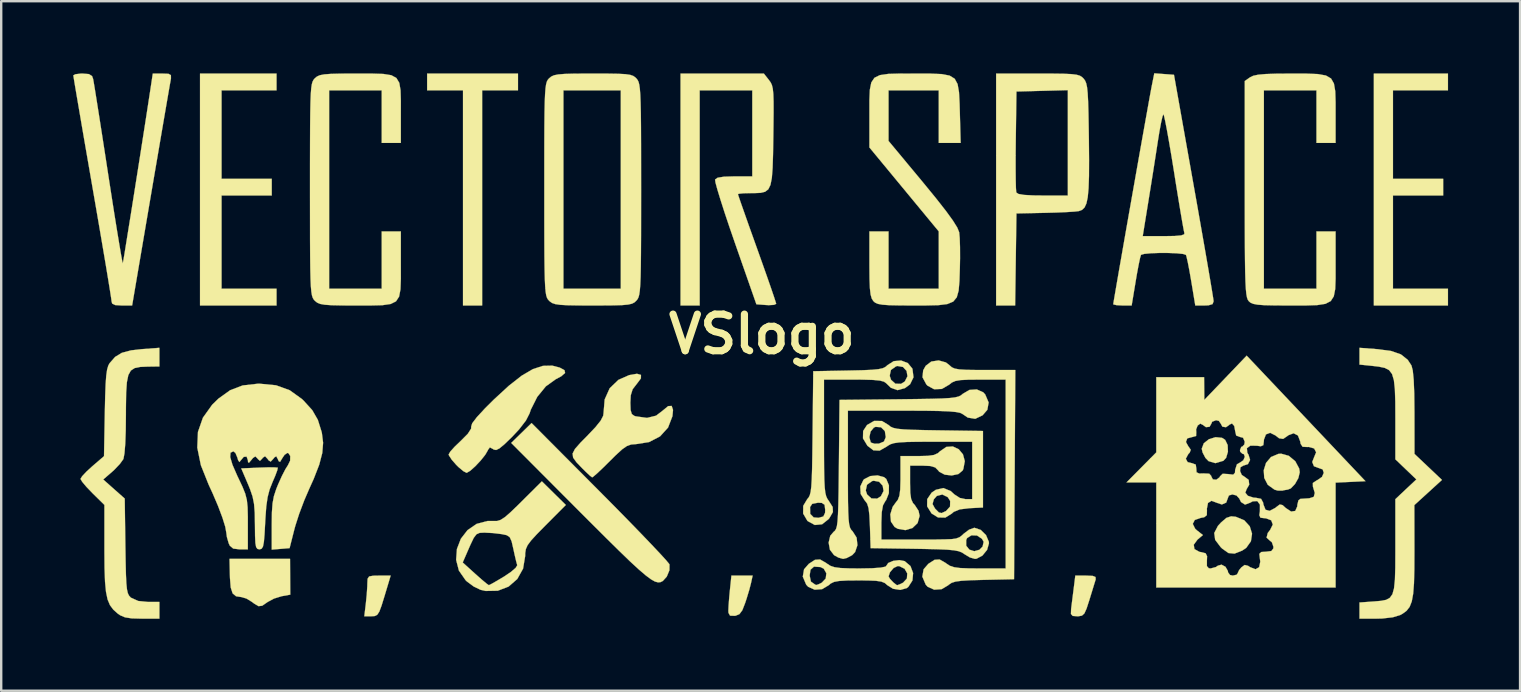
<source format=kicad_pcb>
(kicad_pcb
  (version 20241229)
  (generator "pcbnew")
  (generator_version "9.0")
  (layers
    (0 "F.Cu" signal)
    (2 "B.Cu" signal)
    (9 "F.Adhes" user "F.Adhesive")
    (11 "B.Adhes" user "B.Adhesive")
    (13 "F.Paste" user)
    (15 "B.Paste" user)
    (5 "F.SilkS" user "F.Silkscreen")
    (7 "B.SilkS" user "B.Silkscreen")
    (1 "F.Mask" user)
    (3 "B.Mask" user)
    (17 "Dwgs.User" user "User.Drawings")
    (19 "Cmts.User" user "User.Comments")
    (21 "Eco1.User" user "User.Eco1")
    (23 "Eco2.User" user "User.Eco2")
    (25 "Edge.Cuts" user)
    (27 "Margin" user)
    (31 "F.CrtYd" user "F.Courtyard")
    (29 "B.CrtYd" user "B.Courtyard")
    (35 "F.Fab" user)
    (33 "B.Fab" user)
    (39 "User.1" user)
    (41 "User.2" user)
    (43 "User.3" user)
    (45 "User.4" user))
  (footprint "VSlogo"
    (layer "F.Cu")
    (at 28.692 10.873)
    (property "Reference" "VSlogo" (at 0 0 0) (layer "F.SilkS") (effects (font (size 1.524 1.524) (thickness 0.3))))
    (attr through_hole)
    (fp_poly (pts (xy -10.16 -10.16) (xy -11.654 -10.16) (xy -11.654 -1.195) (xy -12.451 -1.195) (xy -12.451 -10.16) (xy -13.945 -10.16) (xy -13.945 -10.857) (xy -10.16 -10.857) (xy -10.16 -10.16)) (stroke (width 0.01) (type solid)) (fill yes) (layer "F.SilkS"))
    (fp_poly (pts (xy -20.22 -10.16) (xy -22.511 -10.16) (xy -22.511 -6.475) (xy -20.42 -6.475) (xy -20.42 -5.777) (xy -22.511 -5.777) (xy -22.511 -1.893) (xy -20.22 -1.893) (xy -20.22 -1.195) (xy -23.408 -1.195) (xy -23.408 -10.857) (xy -20.22 -10.857) (xy -20.22 -10.16)) (stroke (width 0.01) (type solid)) (fill yes) (layer "F.SilkS"))
    (fp_poly (pts (xy 28.587 -10.16) (xy 26.296 -10.16) (xy 26.296 -6.475) (xy 28.388 -6.475) (xy 28.388 -5.777) (xy 26.296 -5.777) (xy 26.296 -1.893) (xy 28.587 -1.893) (xy 28.587 -1.195) (xy 25.5 -1.195) (xy 25.5 -10.857) (xy 28.587 -10.857) (xy 28.587 -10.16)) (stroke (width 0.01) (type solid)) (fill yes) (layer "F.SilkS"))
    (fp_poly (pts (xy 19.173 4.319) (xy 19.304 4.403) (xy 19.409 4.619) (xy 19.42 4.899) (xy 19.345 5.153) (xy 19.231 5.276) (xy 18.895 5.374) (xy 18.613 5.29) (xy 18.483 5.157) (xy 18.365 4.932) (xy 18.328 4.774) (xy 18.415 4.545) (xy 18.63 4.376) (xy 18.905 4.292) (xy 19.173 4.319)) (stroke (width 0.01) (type solid)) (fill yes) (layer "F.SilkS"))
    (fp_poly (pts (xy -15.719 10.907) (xy -15.844 11.311) (xy -15.938 11.561) (xy -16.025 11.693) (xy -16.13 11.745) (xy -16.268 11.754) (xy -16.563 11.754) (xy -16.5 11.231) (xy -16.462 10.857) (xy -16.439 10.509) (xy -16.436 10.384) (xy -16.426 10.191) (xy -16.362 10.095) (xy -16.192 10.064) (xy -15.95 10.06) (xy -15.465 10.06) (xy -15.719 10.907)) (stroke (width 0.01) (type solid)) (fill yes) (layer "F.SilkS"))
    (fp_poly (pts (xy -0.452 10.375) (xy -0.525 10.657) (xy -0.634 11.017) (xy -0.693 11.196) (xy -0.813 11.504) (xy -0.933 11.665) (xy -1.091 11.73) (xy -1.129 11.735) (xy -1.324 11.729) (xy -1.39 11.612) (xy -1.395 11.526) (xy -1.384 11.297) (xy -1.358 10.956) (xy -1.331 10.673) (xy -1.267 10.06) (xy -0.383 10.06) (xy -0.452 10.375)) (stroke (width 0.01) (type solid)) (fill yes) (layer "F.SilkS"))
    (fp_poly (pts (xy 19.751 7.609) (xy 20.102 7.756) (xy 20.33 8.007) (xy 20.425 8.314) (xy 20.378 8.629) (xy 20.182 8.905) (xy 20.014 9.018) (xy 19.694 9.143) (xy 19.441 9.119) (xy 19.181 8.935) (xy 19.117 8.873) (xy 18.888 8.569) (xy 18.85 8.284) (xy 19.003 7.989) (xy 19.129 7.85) (xy 19.356 7.655) (xy 19.553 7.59) (xy 19.751 7.609)) (stroke (width 0.01) (type solid)) (fill yes) (layer "F.SilkS"))
    (fp_poly (pts (xy -19.653 10.108) (xy -19.648 10.853) (xy -20.009 10.919) (xy -20.326 11.017) (xy -20.598 11.163) (xy -20.607 11.171) (xy -20.816 11.315) (xy -20.97 11.333) (xy -21.155 11.224) (xy -21.244 11.156) (xy -21.478 11.014) (xy -21.68 10.955) (xy -21.907 10.921) (xy -22.05 10.8) (xy -22.129 10.556) (xy -22.161 10.155) (xy -22.163 10.069) (xy -22.179 9.363) (xy -19.657 9.363) (xy -19.653 10.108)) (stroke (width 0.01) (type solid)) (fill yes) (layer "F.SilkS"))
    (fp_poly (pts (xy 21.956 5.069) (xy 22.228 5.296) (xy 22.39 5.6) (xy 22.412 5.754) (xy 22.354 5.997) (xy 22.214 6.245) (xy 22.04 6.426) (xy 21.918 6.475) (xy 21.749 6.503) (xy 21.698 6.518) (xy 21.503 6.519) (xy 21.362 6.479) (xy 21.08 6.277) (xy 20.933 5.991) (xy 20.912 5.67) (xy 21.008 5.363) (xy 21.213 5.12) (xy 21.516 4.99) (xy 21.637 4.98) (xy 21.956 5.069)) (stroke (width 0.01) (type solid)) (fill yes) (layer "F.SilkS"))
    (fp_poly (pts (xy 13.784 10.072) (xy 13.903 10.118) (xy 13.91 10.218) (xy 13.905 10.235) (xy 13.849 10.415) (xy 13.756 10.72) (xy 13.645 11.081) (xy 13.531 11.433) (xy 13.44 11.635) (xy 13.339 11.727) (xy 13.199 11.753) (xy 13.143 11.754) (xy 12.952 11.74) (xy 12.879 11.659) (xy 12.886 11.454) (xy 12.895 11.38) (xy 12.938 11.038) (xy 12.988 10.644) (xy 13.002 10.534) (xy 13.061 10.06) (xy 13.51 10.06) (xy 13.784 10.072)) (stroke (width 0.01) (type solid)) (fill yes) (layer "F.SilkS"))
    (fp_poly (pts (xy -6.752 6.558) (xy -6.131 7.184) (xy -5.554 7.772) (xy -5.036 8.306) (xy -4.593 8.768) (xy -4.239 9.144) (xy -3.99 9.417) (xy -3.862 9.571) (xy -3.848 9.594) (xy -3.85 9.836) (xy -3.961 10.103) (xy -4.124 10.283) (xy -4.218 10.331) (xy -4.323 10.342) (xy -4.453 10.307) (xy -4.621 10.212) (xy -4.841 10.048) (xy -5.127 9.803) (xy -5.493 9.466) (xy -5.95 9.024) (xy -6.514 8.468) (xy -7.198 7.786) (xy -7.538 7.446) (xy -10.443 4.532) (xy -9.594 3.703) (xy -6.752 6.558)) (stroke (width 0.01) (type solid)) (fill yes) (layer "F.SilkS"))
    (fp_poly (pts (xy -20.309 5.55) (xy -20.173 5.561) (xy -20.168 5.564) (xy -20.187 5.665) (xy -20.272 5.895) (xy -20.386 6.161) (xy -20.509 6.471) (xy -20.592 6.791) (xy -20.648 7.18) (xy -20.685 7.696) (xy -20.693 7.844) (xy -20.719 8.332) (xy -20.747 8.655) (xy -20.784 8.846) (xy -20.838 8.937) (xy -20.914 8.964) (xy -20.932 8.965) (xy -21.015 8.948) (xy -21.07 8.873) (xy -21.101 8.706) (xy -21.115 8.411) (xy -21.12 7.953) (xy -21.12 7.944) (xy -21.128 7.443) (xy -21.157 7.074) (xy -21.218 6.768) (xy -21.323 6.46) (xy -21.406 6.258) (xy -21.69 5.593) (xy -20.946 5.561) (xy -20.584 5.549) (xy -20.309 5.55)) (stroke (width 0.01) (type solid)) (fill yes) (layer "F.SilkS"))
    (fp_poly (pts (xy 8.201 4.792) (xy 8.38 5.007) (xy 8.457 5.291) (xy 8.397 5.614) (xy 8.364 5.684) (xy 8.186 5.83) (xy 7.911 5.887) (xy 7.62 5.854) (xy 7.392 5.733) (xy 7.348 5.678) (xy 7.225 5.554) (xy 7.019 5.493) (xy 6.7 5.478) (xy 6.176 5.478) (xy 6.176 6.21) (xy 6.185 6.613) (xy 6.222 6.871) (xy 6.297 7.036) (xy 6.375 7.122) (xy 6.529 7.359) (xy 6.574 7.57) (xy 6.49 7.871) (xy 6.274 8.078) (xy 5.981 8.165) (xy 5.665 8.11) (xy 5.531 8.033) (xy 5.38 7.811) (xy 5.353 7.509) (xy 5.449 7.198) (xy 5.561 7.04) (xy 5.669 6.9) (xy 5.733 6.728) (xy 5.766 6.471) (xy 5.777 6.081) (xy 5.777 5.945) (xy 5.777 5.08) (xy 6.509 5.08) (xy 6.912 5.07) (xy 7.17 5.034) (xy 7.335 4.959) (xy 7.421 4.881) (xy 7.685 4.698) (xy 7.957 4.679) (xy 8.201 4.792)) (stroke (width 0.01) (type solid)) (fill yes) (layer "F.SilkS"))
    (fp_poly (pts (xy -8.423 1.392) (xy -8.222 1.5) (xy -8.197 1.615) (xy -8.355 1.754) (xy -8.592 1.881) (xy -8.999 2.174) (xy -9.357 2.612) (xy -9.624 3.143) (xy -9.678 3.303) (xy -9.829 3.598) (xy -10.115 3.969) (xy -10.417 4.291) (xy -10.726 4.589) (xy -10.934 4.761) (xy -11.071 4.827) (xy -11.17 4.808) (xy -11.199 4.787) (xy -11.331 4.717) (xy -11.41 4.822) (xy -11.418 4.845) (xy -11.526 5.029) (xy -11.716 5.267) (xy -11.94 5.505) (xy -12.149 5.692) (xy -12.293 5.776) (xy -12.302 5.777) (xy -12.432 5.711) (xy -12.634 5.543) (xy -12.73 5.449) (xy -12.922 5.229) (xy -13.035 5.055) (xy -13.049 5.01) (xy -12.979 4.891) (xy -12.798 4.689) (xy -12.55 4.451) (xy -12.249 4.149) (xy -12.112 3.933) (xy -12.11 3.851) (xy -12.068 3.714) (xy -11.876 3.461) (xy -11.534 3.091) (xy -11.162 2.721) (xy -10.537 2.146) (xy -10.002 1.727) (xy -9.536 1.455) (xy -9.119 1.32) (xy -8.73 1.312) (xy -8.423 1.392)) (stroke (width 0.01) (type solid)) (fill yes) (layer "F.SilkS"))
    (fp_poly (pts (xy -5.036 1.698) (xy -5.038 1.843) (xy -5.21 2.072) (xy -5.382 2.294) (xy -5.461 2.545) (xy -5.478 2.858) (xy -5.467 3.164) (xy -5.417 3.329) (xy -5.308 3.407) (xy -5.254 3.423) (xy -4.783 3.489) (xy -4.406 3.396) (xy -4.133 3.187) (xy -3.903 2.998) (xy -3.756 2.99) (xy -3.7 3.157) (xy -3.725 3.419) (xy -3.908 3.893) (xy -4.242 4.259) (xy -4.698 4.496) (xy -5.246 4.582) (xy -5.254 4.582) (xy -5.446 4.597) (xy -5.62 4.659) (xy -5.817 4.796) (xy -6.079 5.035) (xy -6.325 5.279) (xy -6.623 5.574) (xy -6.868 5.805) (xy -7.028 5.942) (xy -7.069 5.967) (xy -7.163 5.896) (xy -7.346 5.725) (xy -7.479 5.593) (xy -7.725 5.336) (xy -7.863 5.144) (xy -7.885 4.974) (xy -7.786 4.782) (xy -7.56 4.525) (xy -7.286 4.248) (xy -6.933 3.876) (xy -6.714 3.603) (xy -6.61 3.401) (xy -6.595 3.287) (xy -6.548 2.719) (xy -6.338 2.252) (xy -5.976 1.904) (xy -5.53 1.707) (xy -5.203 1.65) (xy -5.036 1.698)) (stroke (width 0.01) (type solid)) (fill yes) (layer "F.SilkS"))
    (fp_poly (pts (xy 12.117 -10.856) (xy 12.577 -10.85) (xy 12.899 -10.835) (xy 13.114 -10.809) (xy 13.253 -10.768) (xy 13.346 -10.708) (xy 13.407 -10.648) (xy 13.467 -10.567) (xy 13.514 -10.456) (xy 13.55 -10.292) (xy 13.576 -10.046) (xy 13.595 -9.695) (xy 13.609 -9.211) (xy 13.62 -8.57) (xy 13.627 -8.091) (xy 13.634 -7.251) (xy 13.631 -6.587) (xy 13.613 -6.08) (xy 13.579 -5.707) (xy 13.524 -5.447) (xy 13.446 -5.278) (xy 13.343 -5.179) (xy 13.21 -5.128) (xy 13.03 -5.107) (xy 12.699 -5.086) (xy 12.265 -5.067) (xy 11.804 -5.055) (xy 10.608 -5.03) (xy 10.554 -1.195) (xy 9.762 -1.195) (xy 9.762 -6.889) (xy 10.575 -6.889) (xy 10.579 -6.427) (xy 10.587 -6.092) (xy 10.6 -5.918) (xy 10.603 -5.904) (xy 10.694 -5.842) (xy 10.923 -5.802) (xy 11.313 -5.781) (xy 11.701 -5.777) (xy 12.75 -5.777) (xy 12.75 -10.167) (xy 10.608 -10.11) (xy 10.581 -8.071) (xy 10.575 -7.448) (xy 10.575 -6.889) (xy 9.762 -6.889) (xy 9.762 -10.857) (xy 11.489 -10.857) (xy 12.117 -10.856)) (stroke (width 0.01) (type solid)) (fill yes) (layer "F.SilkS"))
    (fp_poly (pts (xy 22.688 -10.856) (xy 23.168 -10.837) (xy 23.502 -10.777) (xy 23.716 -10.653) (xy 23.837 -10.442) (xy 23.892 -10.119) (xy 23.906 -9.662) (xy 23.906 -9.214) (xy 23.906 -7.969) (xy 23.109 -7.969) (xy 23.109 -10.16) (xy 20.918 -10.16) (xy 20.918 -1.893) (xy 23.109 -1.893) (xy 23.109 -4.283) (xy 23.906 -4.283) (xy 23.906 -2.894) (xy 23.906 -2.312) (xy 23.89 -1.88) (xy 23.831 -1.576) (xy 23.704 -1.379) (xy 23.483 -1.264) (xy 23.141 -1.211) (xy 22.654 -1.195) (xy 21.994 -1.195) (xy 21.957 -1.195) (xy 21.369 -1.198) (xy 20.947 -1.207) (xy 20.66 -1.228) (xy 20.474 -1.263) (xy 20.356 -1.315) (xy 20.286 -1.377) (xy 20.246 -1.436) (xy 20.214 -1.53) (xy 20.187 -1.676) (xy 20.166 -1.891) (xy 20.15 -2.194) (xy 20.138 -2.602) (xy 20.13 -3.132) (xy 20.125 -3.802) (xy 20.122 -4.63) (xy 20.121 -5.633) (xy 20.121 -6.053) (xy 20.121 -10.547) (xy 20.342 -10.702) (xy 20.474 -10.766) (xy 20.678 -10.81) (xy 20.987 -10.838) (xy 21.432 -10.853) (xy 22.035 -10.857) (xy 22.688 -10.856)) (stroke (width 0.01) (type solid)) (fill yes) (layer "F.SilkS"))
    (fp_poly (pts (xy 7.669 1.178) (xy 7.819 1.295) (xy 7.912 1.378) (xy 8.038 1.434) (xy 8.234 1.469) (xy 8.536 1.487) (xy 8.982 1.493) (xy 9.28 1.494) (xy 10.561 1.494) (xy 10.535 5.852) (xy 10.509 10.21) (xy 9.236 10.238) (xy 8.697 10.253) (xy 8.321 10.275) (xy 8.07 10.309) (xy 7.906 10.361) (xy 7.794 10.436) (xy 7.766 10.462) (xy 7.489 10.626) (xy 7.18 10.646) (xy 6.91 10.525) (xy 6.829 10.437) (xy 6.687 10.103) (xy 6.74 9.797) (xy 6.936 9.57) (xy 7.196 9.402) (xy 7.407 9.388) (xy 7.65 9.526) (xy 7.697 9.562) (xy 7.836 9.652) (xy 8.01 9.71) (xy 8.261 9.744) (xy 8.634 9.759) (xy 9.055 9.762) (xy 10.16 9.762) (xy 10.16 1.893) (xy 9.096 1.893) (xy 8.611 1.897) (xy 8.283 1.913) (xy 8.066 1.95) (xy 7.919 2.014) (xy 7.806 2.104) (xy 7.501 2.282) (xy 7.179 2.295) (xy 6.901 2.144) (xy 6.854 2.093) (xy 6.694 1.796) (xy 6.723 1.505) (xy 6.829 1.317) (xy 7.06 1.141) (xy 7.366 1.094) (xy 7.669 1.178)) (stroke (width 0.01) (type solid)) (fill yes) (layer "F.SilkS"))
    (fp_poly (pts (xy 25.667 0.627) (xy 26.225 0.702) (xy 26.626 0.842) (xy 26.908 1.065) (xy 27.067 1.305) (xy 27.121 1.513) (xy 27.16 1.901) (xy 27.183 2.474) (xy 27.191 3.24) (xy 27.191 3.266) (xy 27.193 4.989) (xy 27.766 5.531) (xy 28.338 6.073) (xy 27.187 7.122) (xy 27.19 9.044) (xy 27.187 9.799) (xy 27.172 10.381) (xy 27.138 10.817) (xy 27.08 11.135) (xy 26.991 11.362) (xy 26.866 11.523) (xy 26.699 11.647) (xy 26.599 11.702) (xy 26.292 11.796) (xy 25.849 11.847) (xy 25.604 11.853) (xy 24.902 11.853) (xy 24.902 11.18) (xy 25.513 11.136) (xy 25.796 11.112) (xy 26.011 11.07) (xy 26.167 10.985) (xy 26.274 10.833) (xy 26.341 10.589) (xy 26.378 10.227) (xy 26.393 9.724) (xy 26.396 9.055) (xy 26.396 8.797) (xy 26.396 6.875) (xy 26.833 6.463) (xy 27.271 6.052) (xy 26.833 5.633) (xy 26.396 5.214) (xy 26.396 3.514) (xy 26.393 2.818) (xy 26.376 2.294) (xy 26.335 1.918) (xy 26.258 1.661) (xy 26.135 1.499) (xy 25.953 1.405) (xy 25.703 1.353) (xy 25.475 1.326) (xy 24.902 1.267) (xy 24.902 0.569) (xy 25.667 0.627)) (stroke (width 0.01) (type solid)) (fill yes) (layer "F.SilkS"))
    (fp_poly (pts (xy 0.297 -10.588) (xy 0.368 -10.489) (xy 0.42 -10.379) (xy 0.456 -10.228) (xy 0.479 -10.009) (xy 0.489 -9.692) (xy 0.49 -9.249) (xy 0.484 -8.652) (xy 0.479 -8.239) (xy 0.467 -7.494) (xy 0.449 -6.926) (xy 0.417 -6.509) (xy 0.36 -6.22) (xy 0.27 -6.036) (xy 0.136 -5.933) (xy -0.051 -5.888) (xy -0.3 -5.877) (xy -0.467 -5.877) (xy -0.761 -5.87) (xy -0.953 -5.851) (xy -0.996 -5.834) (xy -0.964 -5.732) (xy -0.874 -5.469) (xy -0.734 -5.072) (xy -0.556 -4.566) (xy -0.346 -3.979) (xy -0.199 -3.568) (xy 0.025 -2.939) (xy 0.225 -2.373) (xy 0.391 -1.895) (xy 0.514 -1.534) (xy 0.584 -1.316) (xy 0.598 -1.264) (xy 0.509 -1.221) (xy 0.288 -1.209) (xy 0.185 -1.214) (xy -0.227 -1.245) (xy -1.113 -3.778) (xy -1.346 -4.454) (xy -1.553 -5.071) (xy -1.724 -5.605) (xy -1.853 -6.028) (xy -1.931 -6.316) (xy -1.949 -6.443) (xy -1.949 -6.443) (xy -1.843 -6.518) (xy -1.58 -6.561) (xy -1.149 -6.574) (xy -0.398 -6.574) (xy -0.398 -10.16) (xy -2.59 -10.16) (xy -2.59 -1.195) (xy -3.387 -1.195) (xy -3.387 -10.857) (xy 0.085 -10.857) (xy 0.297 -10.588)) (stroke (width 0.01) (type solid)) (fill yes) (layer "F.SilkS"))
    (fp_poly (pts (xy 6.382 -10.857) (xy 7.025 -10.856) (xy 7.497 -10.836) (xy 7.824 -10.773) (xy 8.035 -10.643) (xy 8.156 -10.421) (xy 8.215 -10.083) (xy 8.24 -9.605) (xy 8.251 -9.204) (xy 8.284 -7.969) (xy 7.371 -7.969) (xy 7.371 -10.16) (xy 5.279 -10.16) (xy 5.279 -8.052) (xy 6.719 -6.319) (xy 7.258 -5.66) (xy 7.67 -5.135) (xy 7.962 -4.733) (xy 8.143 -4.442) (xy 8.221 -4.251) (xy 8.222 -4.248) (xy 8.244 -4.011) (xy 8.257 -3.631) (xy 8.259 -3.165) (xy 8.251 -2.761) (xy 8.234 -2.216) (xy 8.2 -1.815) (xy 8.122 -1.535) (xy 7.973 -1.356) (xy 7.727 -1.254) (xy 7.356 -1.208) (xy 6.834 -1.196) (xy 6.325 -1.195) (xy 5.736 -1.198) (xy 5.313 -1.207) (xy 5.024 -1.228) (xy 4.837 -1.262) (xy 4.719 -1.314) (xy 4.647 -1.377) (xy 4.579 -1.485) (xy 4.532 -1.653) (xy 4.502 -1.916) (xy 4.487 -2.306) (xy 4.482 -2.859) (xy 4.482 -2.921) (xy 4.482 -4.283) (xy 5.279 -4.283) (xy 5.279 -1.893) (xy 7.371 -1.893) (xy 7.371 -4.283) (xy 4.482 -7.78) (xy 4.482 -9.164) (xy 4.482 -9.751) (xy 4.5 -10.184) (xy 4.561 -10.487) (xy 4.692 -10.682) (xy 4.919 -10.793) (xy 5.268 -10.844) (xy 5.766 -10.858) (xy 6.382 -10.857)) (stroke (width 0.01) (type solid)) (fill yes) (layer "F.SilkS"))
    (fp_poly (pts (xy 9.226 2.423) (xy 9.308 2.512) (xy 9.45 2.846) (xy 9.396 3.152) (xy 9.198 3.381) (xy 8.891 3.527) (xy 8.581 3.476) (xy 8.359 3.325) (xy 8.266 3.279) (xy 8.09 3.244) (xy 7.809 3.218) (xy 7.401 3.201) (xy 6.844 3.191) (xy 6.116 3.188) (xy 5.894 3.187) (xy 3.586 3.187) (xy 3.586 5.612) (xy 3.587 6.371) (xy 3.59 6.956) (xy 3.599 7.392) (xy 3.614 7.704) (xy 3.638 7.917) (xy 3.672 8.056) (xy 3.719 8.146) (xy 3.78 8.213) (xy 3.785 8.218) (xy 3.95 8.479) (xy 3.983 8.792) (xy 3.886 9.079) (xy 3.763 9.208) (xy 3.54 9.326) (xy 3.387 9.363) (xy 3.191 9.309) (xy 3.01 9.208) (xy 2.837 8.983) (xy 2.783 8.687) (xy 2.85 8.402) (xy 2.987 8.24) (xy 3.046 8.189) (xy 3.092 8.114) (xy 3.128 7.992) (xy 3.154 7.798) (xy 3.173 7.51) (xy 3.187 7.105) (xy 3.198 6.559) (xy 3.206 5.848) (xy 3.211 5.42) (xy 3.237 2.739) (xy 5.704 2.713) (xy 6.472 2.703) (xy 7.066 2.693) (xy 7.51 2.68) (xy 7.83 2.661) (xy 8.051 2.634) (xy 8.197 2.598) (xy 8.295 2.551) (xy 8.367 2.49) (xy 8.369 2.488) (xy 8.646 2.324) (xy 8.956 2.303) (xy 9.226 2.423)) (stroke (width 0.01) (type solid)) (fill yes) (layer "F.SilkS"))
    (fp_poly (pts (xy -15.77 -10.842) (xy -15.438 -10.789) (xy -15.226 -10.673) (xy -15.106 -10.473) (xy -15.053 -10.165) (xy -15.04 -9.726) (xy -15.041 -9.231) (xy -15.041 -7.969) (xy -15.838 -7.969) (xy -15.838 -10.16) (xy -18.029 -10.16) (xy -18.029 -1.893) (xy -15.838 -1.893) (xy -15.838 -4.283) (xy -15.041 -4.283) (xy -15.041 -2.904) (xy -15.04 -2.308) (xy -15.056 -1.869) (xy -15.114 -1.564) (xy -15.242 -1.368) (xy -15.465 -1.257) (xy -15.81 -1.207) (xy -16.303 -1.195) (xy -16.916 -1.195) (xy -17.502 -1.197) (xy -17.922 -1.206) (xy -18.211 -1.226) (xy -18.401 -1.26) (xy -18.526 -1.312) (xy -18.619 -1.387) (xy -18.627 -1.395) (xy -18.674 -1.448) (xy -18.713 -1.517) (xy -18.745 -1.619) (xy -18.77 -1.773) (xy -18.79 -1.996) (xy -18.804 -2.307) (xy -18.814 -2.724) (xy -18.82 -3.264) (xy -18.824 -3.945) (xy -18.825 -4.787) (xy -18.826 -5.806) (xy -18.826 -6.026) (xy -18.826 -7.082) (xy -18.824 -7.956) (xy -18.821 -8.668) (xy -18.815 -9.234) (xy -18.806 -9.673) (xy -18.793 -10.003) (xy -18.775 -10.242) (xy -18.751 -10.408) (xy -18.72 -10.519) (xy -18.682 -10.593) (xy -18.637 -10.648) (xy -18.627 -10.658) (xy -18.535 -10.735) (xy -18.414 -10.789) (xy -18.232 -10.824) (xy -17.955 -10.845) (xy -17.55 -10.855) (xy -16.983 -10.857) (xy -16.899 -10.857) (xy -16.248 -10.857) (xy -15.77 -10.842)) (stroke (width 0.01) (type solid)) (fill yes) (layer "F.SilkS"))
    (fp_poly (pts (xy -8.666 6.624) (xy -8.166 7.116) (xy -9.014 7.968) (xy -9.373 8.333) (xy -9.614 8.596) (xy -9.759 8.791) (xy -9.832 8.955) (xy -9.859 9.124) (xy -9.861 9.246) (xy -9.948 9.769) (xy -10.189 10.201) (xy -10.55 10.516) (xy -11.001 10.69) (xy -11.509 10.699) (xy -11.722 10.651) (xy -12.002 10.516) (xy -12.289 10.304) (xy -12.341 10.255) (xy -12.622 9.851) (xy -12.709 9.513) (xy -12.463 9.513) (xy -11.94 9.986) (xy -11.677 10.219) (xy -11.475 10.388) (xy -11.376 10.458) (xy -11.374 10.459) (xy -11.274 10.411) (xy -11.052 10.285) (xy -10.754 10.108) (xy -10.739 10.099) (xy -10.452 9.905) (xy -10.255 9.736) (xy -10.191 9.627) (xy -10.192 9.623) (xy -10.235 9.467) (xy -10.301 9.186) (xy -10.352 8.95) (xy -10.425 8.633) (xy -10.504 8.459) (xy -10.63 8.375) (xy -10.837 8.331) (xy -11.202 8.287) (xy -11.562 8.269) (xy -11.563 8.269) (xy -11.757 8.279) (xy -11.89 8.338) (xy -12.003 8.487) (xy -12.137 8.766) (xy -12.192 8.89) (xy -12.463 9.513) (xy -12.709 9.513) (xy -12.737 9.404) (xy -12.704 8.95) (xy -12.54 8.524) (xy -12.261 8.164) (xy -11.884 7.905) (xy -11.427 7.784) (xy -11.193 7.785) (xy -11.036 7.785) (xy -10.886 7.74) (xy -10.709 7.626) (xy -10.472 7.421) (xy -10.142 7.103) (xy -10.011 6.973) (xy -9.165 6.132) (xy -8.666 6.624)) (stroke (width 0.01) (type solid)) (fill yes) (layer "F.SilkS"))
    (fp_poly (pts (xy -25.101 0.957) (xy -25.101 1.345) (xy -25.597 1.352) (xy -25.902 1.365) (xy -26.129 1.411) (xy -26.29 1.516) (xy -26.395 1.705) (xy -26.456 2.005) (xy -26.486 2.441) (xy -26.495 3.039) (xy -26.496 3.359) (xy -26.503 4.022) (xy -26.523 4.564) (xy -26.555 4.961) (xy -26.597 5.188) (xy -26.606 5.211) (xy -26.748 5.408) (xy -26.977 5.649) (xy -27.079 5.742) (xy -27.441 6.055) (xy -26.993 6.453) (xy -26.545 6.85) (xy -26.518 8.829) (xy -26.507 9.506) (xy -26.495 10.013) (xy -26.478 10.377) (xy -26.453 10.626) (xy -26.417 10.788) (xy -26.368 10.892) (xy -26.301 10.966) (xy -26.282 10.982) (xy -25.982 11.117) (xy -25.588 11.156) (xy -25.101 11.156) (xy -25.101 11.853) (xy -25.835 11.853) (xy -26.252 11.842) (xy -26.532 11.799) (xy -26.737 11.712) (xy -26.843 11.637) (xy -27.023 11.475) (xy -27.16 11.291) (xy -27.259 11.056) (xy -27.325 10.74) (xy -27.366 10.315) (xy -27.386 9.752) (xy -27.392 9.022) (xy -27.392 8.939) (xy -27.392 7.114) (xy -27.89 6.624) (xy -28.138 6.366) (xy -28.316 6.154) (xy -28.388 6.033) (xy -28.388 6.03) (xy -28.318 5.916) (xy -28.134 5.721) (xy -27.898 5.505) (xy -27.408 5.083) (xy -27.375 3.263) (xy -27.36 2.59) (xy -27.341 2.086) (xy -27.315 1.724) (xy -27.279 1.474) (xy -27.23 1.308) (xy -27.177 1.211) (xy -26.946 0.948) (xy -26.665 0.777) (xy -26.282 0.675) (xy -25.845 0.625) (xy -25.101 0.569) (xy -25.101 0.957)) (stroke (width 0.01) (type solid)) (fill yes) (layer "F.SilkS"))
    (fp_poly (pts (xy -24.724 -10.848) (xy -24.621 -10.792) (xy -24.619 -10.653) (xy -24.631 -10.583) (xy -24.659 -10.431) (xy -24.716 -10.103) (xy -24.799 -9.621) (xy -24.905 -9.005) (xy -25.03 -8.276) (xy -25.17 -7.455) (xy -25.323 -6.563) (xy -25.461 -5.752) (xy -26.237 -1.195) (xy -26.665 -1.195) (xy -26.942 -1.212) (xy -27.069 -1.275) (xy -27.093 -1.37) (xy -27.11 -1.501) (xy -27.158 -1.809) (xy -27.233 -2.272) (xy -27.332 -2.87) (xy -27.453 -3.584) (xy -27.591 -4.394) (xy -27.743 -5.278) (xy -27.89 -6.126) (xy -28.051 -7.057) (xy -28.202 -7.927) (xy -28.338 -8.717) (xy -28.456 -9.408) (xy -28.554 -9.98) (xy -28.627 -10.412) (xy -28.672 -10.687) (xy -28.687 -10.783) (xy -28.599 -10.83) (xy -28.379 -10.856) (xy -28.299 -10.857) (xy -28.036 -10.836) (xy -27.906 -10.753) (xy -27.862 -10.633) (xy -27.836 -10.487) (xy -27.783 -10.166) (xy -27.708 -9.695) (xy -27.613 -9.096) (xy -27.503 -8.392) (xy -27.381 -7.607) (xy -27.251 -6.762) (xy -27.232 -6.638) (xy -27.102 -5.802) (xy -26.982 -5.035) (xy -26.873 -4.357) (xy -26.779 -3.789) (xy -26.705 -3.352) (xy -26.653 -3.066) (xy -26.626 -2.953) (xy -26.624 -2.953) (xy -26.604 -3.065) (xy -26.556 -3.348) (xy -26.487 -3.776) (xy -26.399 -4.322) (xy -26.296 -4.96) (xy -26.184 -5.665) (xy -26.066 -6.41) (xy -25.946 -7.169) (xy -25.829 -7.916) (xy -25.718 -8.624) (xy -25.618 -9.268) (xy -25.533 -9.822) (xy -25.485 -10.135) (xy -25.376 -10.857) (xy -24.977 -10.857) (xy -24.724 -10.848)) (stroke (width 0.01) (type solid)) (fill yes) (layer "F.SilkS"))
    (fp_poly (pts (xy 2.669 9.526) (xy 2.717 9.562) (xy 2.856 9.652) (xy 3.03 9.71) (xy 3.281 9.744) (xy 3.653 9.759) (xy 4.075 9.762) (xy 4.589 9.753) (xy 4.954 9.727) (xy 5.15 9.687) (xy 5.18 9.659) (xy 5.266 9.534) (xy 5.475 9.445) (xy 5.731 9.414) (xy 5.951 9.456) (xy 6.193 9.661) (xy 6.303 9.953) (xy 6.275 10.264) (xy 6.104 10.529) (xy 6.036 10.582) (xy 5.771 10.656) (xy 5.466 10.608) (xy 5.229 10.459) (xy 5.124 10.368) (xy 4.979 10.309) (xy 4.752 10.276) (xy 4.401 10.262) (xy 4.019 10.26) (xy 3.54 10.264) (xy 3.218 10.283) (xy 3.009 10.322) (xy 2.87 10.389) (xy 2.789 10.459) (xy 2.511 10.625) (xy 2.201 10.647) (xy 1.931 10.526) (xy 1.848 10.437) (xy 1.706 10.103) (xy 1.714 10.058) (xy 1.992 10.058) (xy 2.045 10.31) (xy 2.229 10.439) (xy 2.273 10.451) (xy 2.374 10.416) (xy 2.497 10.356) (xy 2.662 10.181) (xy 2.672 10.097) (xy 5.279 10.097) (xy 5.344 10.201) (xy 5.482 10.346) (xy 5.612 10.448) (xy 5.642 10.459) (xy 5.759 10.417) (xy 5.883 10.356) (xy 6.044 10.183) (xy 6.059 9.968) (xy 5.948 9.774) (xy 5.732 9.667) (xy 5.661 9.662) (xy 5.491 9.742) (xy 5.337 9.922) (xy 5.279 10.097) (xy 2.672 10.097) (xy 2.688 9.961) (xy 2.581 9.773) (xy 2.446 9.704) (xy 2.173 9.686) (xy 2.028 9.815) (xy 1.992 10.058) (xy 1.714 10.058) (xy 1.759 9.797) (xy 1.956 9.57) (xy 2.215 9.402) (xy 2.427 9.388) (xy 2.669 9.526)) (stroke (width 0.01) (type solid)) (fill yes) (layer "F.SilkS"))
    (fp_poly (pts (xy 5.002 3.618) (xy 5.277 3.783) (xy 5.361 3.853) (xy 5.474 3.904) (xy 5.646 3.942) (xy 5.905 3.968) (xy 6.282 3.985) (xy 6.805 3.998) (xy 7.344 4.007) (xy 9.214 4.034) (xy 9.214 7.222) (xy 8.652 7.251) (xy 8.25 7.3) (xy 7.996 7.404) (xy 7.915 7.475) (xy 7.646 7.643) (xy 7.34 7.636) (xy 7.072 7.471) (xy 6.888 7.175) (xy 6.889 7.078) (xy 7.112 7.078) (xy 7.213 7.261) (xy 7.229 7.28) (xy 7.378 7.43) (xy 7.492 7.454) (xy 7.67 7.371) (xy 7.676 7.367) (xy 7.841 7.186) (xy 7.847 6.95) (xy 7.749 6.793) (xy 7.521 6.68) (xy 7.291 6.74) (xy 7.167 6.881) (xy 7.112 7.078) (xy 6.889 7.078) (xy 6.891 6.873) (xy 7.074 6.604) (xy 7.25 6.484) (xy 7.568 6.412) (xy 7.873 6.539) (xy 8.021 6.676) (xy 8.253 6.825) (xy 8.482 6.873) (xy 8.765 6.873) (xy 8.765 4.482) (xy 7.113 4.482) (xy 6.494 4.484) (xy 6.043 4.492) (xy 5.724 4.51) (xy 5.506 4.541) (xy 5.357 4.588) (xy 5.242 4.655) (xy 5.207 4.682) (xy 4.907 4.852) (xy 4.649 4.84) (xy 4.4 4.65) (xy 4.214 4.341) (xy 4.215 4.294) (xy 4.48 4.294) (xy 4.535 4.499) (xy 4.553 4.52) (xy 4.697 4.564) (xy 4.877 4.562) (xy 5.089 4.473) (xy 5.164 4.289) (xy 5.125 4.036) (xy 4.965 3.879) (xy 4.741 3.862) (xy 4.668 3.892) (xy 4.531 4.057) (xy 4.48 4.294) (xy 4.215 4.294) (xy 4.221 4.033) (xy 4.383 3.785) (xy 4.678 3.614) (xy 5.002 3.618)) (stroke (width 0.01) (type solid)) (fill yes) (layer "F.SilkS"))
    (fp_poly (pts (xy 5.091 5.957) (xy 5.184 6.032) (xy 5.295 6.299) (xy 5.292 6.627) (xy 5.179 6.914) (xy 5.146 6.954) (xy 5.048 7.132) (xy 4.996 7.42) (xy 4.98 7.852) (xy 4.98 8.566) (xy 6.57 8.566) (xy 7.166 8.565) (xy 7.596 8.559) (xy 7.894 8.543) (xy 8.093 8.514) (xy 8.227 8.465) (xy 8.328 8.393) (xy 8.408 8.317) (xy 8.633 8.147) (xy 8.846 8.069) (xy 8.861 8.068) (xy 9.121 8.156) (xy 9.341 8.372) (xy 9.458 8.648) (xy 9.463 8.716) (xy 9.385 8.988) (xy 9.192 9.225) (xy 8.949 9.355) (xy 8.879 9.363) (xy 8.671 9.304) (xy 8.442 9.166) (xy 8.336 9.096) (xy 8.201 9.043) (xy 8.008 9.006) (xy 7.725 8.979) (xy 7.323 8.962) (xy 6.77 8.949) (xy 6.362 8.942) (xy 4.532 8.915) (xy 4.529 8.813) (xy 8.515 8.813) (xy 8.647 8.978) (xy 8.852 9.043) (xy 9.068 8.982) (xy 9.198 8.849) (xy 9.242 8.652) (xy 9.171 8.525) (xy 8.964 8.389) (xy 8.732 8.381) (xy 8.553 8.496) (xy 8.515 8.571) (xy 8.515 8.813) (xy 4.529 8.813) (xy 4.504 8.006) (xy 4.482 7.551) (xy 4.447 7.251) (xy 4.388 7.061) (xy 4.296 6.935) (xy 4.28 6.92) (xy 4.118 6.657) (xy 4.111 6.514) (xy 4.33 6.514) (xy 4.387 6.681) (xy 4.568 6.845) (xy 4.804 6.851) (xy 4.96 6.753) (xy 5.072 6.534) (xy 5.035 6.313) (xy 4.886 6.15) (xy 4.659 6.107) (xy 4.596 6.121) (xy 4.382 6.274) (xy 4.33 6.514) (xy 4.111 6.514) (xy 4.102 6.348) (xy 4.231 6.076) (xy 4.266 6.042) (xy 4.518 5.913) (xy 4.823 5.885) (xy 5.091 5.957)) (stroke (width 0.01) (type solid)) (fill yes) (layer "F.SilkS"))
    (fp_poly (pts (xy -6.43 -10.856) (xy -5.99 -10.849) (xy -5.685 -10.833) (xy -5.484 -10.804) (xy -5.354 -10.758) (xy -5.263 -10.692) (xy -5.22 -10.648) (xy -5.175 -10.589) (xy -5.137 -10.512) (xy -5.107 -10.397) (xy -5.083 -10.226) (xy -5.064 -9.982) (xy -5.051 -9.646) (xy -5.041 -9.201) (xy -5.035 -8.628) (xy -5.032 -7.908) (xy -5.031 -7.025) (xy -5.03 -6.026) (xy -5.031 -4.972) (xy -5.032 -4.098) (xy -5.036 -3.388) (xy -5.042 -2.822) (xy -5.051 -2.384) (xy -5.065 -2.054) (xy -5.084 -1.815) (xy -5.108 -1.648) (xy -5.139 -1.536) (xy -5.177 -1.46) (xy -5.22 -1.405) (xy -5.302 -1.327) (xy -5.407 -1.271) (xy -5.567 -1.234) (xy -5.812 -1.211) (xy -6.176 -1.2) (xy -6.69 -1.196) (xy -7.038 -1.195) (xy -7.648 -1.197) (xy -8.091 -1.205) (xy -8.399 -1.222) (xy -8.604 -1.252) (xy -8.738 -1.298) (xy -8.833 -1.364) (xy -8.865 -1.395) (xy -8.913 -1.448) (xy -8.952 -1.517) (xy -8.984 -1.619) (xy -9.009 -1.773) (xy -9.028 -1.996) (xy -9.042 -2.307) (xy -9.052 -2.724) (xy -9.059 -3.264) (xy -9.062 -3.945) (xy -9.064 -4.787) (xy -9.064 -5.806) (xy -9.064 -6.026) (xy -9.064 -7.082) (xy -9.063 -7.956) (xy -9.06 -8.668) (xy -9.054 -9.234) (xy -9.045 -9.673) (xy -9.031 -10.003) (xy -9.019 -10.16) (xy -8.267 -10.16) (xy -8.267 -1.893) (xy -5.877 -1.893) (xy -5.877 -10.16) (xy -8.267 -10.16) (xy -9.019 -10.16) (xy -9.013 -10.242) (xy -8.989 -10.408) (xy -8.959 -10.519) (xy -8.921 -10.593) (xy -8.875 -10.648) (xy -8.865 -10.658) (xy -8.776 -10.732) (xy -8.66 -10.786) (xy -8.485 -10.821) (xy -8.218 -10.843) (xy -7.829 -10.854) (xy -7.284 -10.857) (xy -7.038 -10.857) (xy -6.43 -10.856)) (stroke (width 0.01) (type solid)) (fill yes) (layer "F.SilkS"))
    (fp_poly (pts (xy 6.084 1.205) (xy 6.272 1.435) (xy 6.276 1.447) (xy 6.319 1.796) (xy 6.177 2.088) (xy 5.963 2.248) (xy 5.652 2.333) (xy 5.375 2.233) (xy 5.184 2.047) (xy 5.09 1.98) (xy 4.92 1.934) (xy 4.639 1.907) (xy 4.215 1.895) (xy 3.823 1.893) (xy 2.59 1.893) (xy 2.59 4.292) (xy 2.591 5.049) (xy 2.595 5.633) (xy 2.604 6.069) (xy 2.62 6.384) (xy 2.645 6.604) (xy 2.682 6.755) (xy 2.731 6.862) (xy 2.789 6.945) (xy 2.951 7.2) (xy 2.962 7.411) (xy 2.819 7.658) (xy 2.782 7.706) (xy 2.511 7.921) (xy 2.208 7.951) (xy 1.915 7.791) (xy 1.893 7.769) (xy 1.721 7.474) (xy 1.725 7.202) (xy 2.01 7.202) (xy 2.015 7.487) (xy 2.162 7.636) (xy 2.365 7.652) (xy 2.563 7.596) (xy 2.634 7.447) (xy 2.64 7.321) (xy 2.615 7.109) (xy 2.499 7.031) (xy 2.342 7.022) (xy 2.099 7.07) (xy 2.01 7.202) (xy 1.725 7.202) (xy 1.726 7.15) (xy 1.891 6.875) (xy 1.951 6.803) (xy 1.998 6.709) (xy 2.034 6.567) (xy 2.061 6.353) (xy 2.08 6.042) (xy 2.094 5.61) (xy 2.104 5.033) (xy 2.113 4.287) (xy 2.115 4.111) (xy 2.14 1.733) (xy 5.327 1.733) (xy 5.383 1.9) (xy 5.564 2.064) (xy 5.8 2.07) (xy 5.957 1.972) (xy 6.068 1.753) (xy 6.031 1.531) (xy 5.882 1.368) (xy 5.655 1.326) (xy 5.592 1.34) (xy 5.378 1.493) (xy 5.327 1.733) (xy 2.14 1.733) (xy 2.142 1.544) (xy 3.598 1.516) (xy 4.173 1.503) (xy 4.584 1.485) (xy 4.862 1.458) (xy 5.043 1.418) (xy 5.159 1.359) (xy 5.232 1.292) (xy 5.496 1.124) (xy 5.803 1.098) (xy 6.084 1.205)) (stroke (width 0.01) (type solid)) (fill yes) (layer "F.SilkS"))
    (fp_poly (pts (xy 17.172 -10.807) (xy 17.996 -6.176) (xy 18.163 -5.236) (xy 18.318 -4.353) (xy 18.459 -3.547) (xy 18.582 -2.838) (xy 18.683 -2.245) (xy 18.759 -1.789) (xy 18.807 -1.49) (xy 18.823 -1.37) (xy 18.779 -1.252) (xy 18.612 -1.202) (xy 18.443 -1.195) (xy 18.06 -1.195) (xy 17.892 -2.206) (xy 17.817 -2.637) (xy 17.748 -2.994) (xy 17.694 -3.231) (xy 17.671 -3.302) (xy 17.552 -3.342) (xy 17.291 -3.369) (xy 16.942 -3.383) (xy 16.563 -3.384) (xy 16.209 -3.371) (xy 15.936 -3.345) (xy 15.801 -3.306) (xy 15.797 -3.302) (xy 15.759 -3.173) (xy 15.7 -2.893) (xy 15.628 -2.508) (xy 15.577 -2.206) (xy 15.409 -1.195) (xy 15.026 -1.195) (xy 14.782 -1.208) (xy 14.65 -1.239) (xy 14.642 -1.249) (xy 14.659 -1.359) (xy 14.707 -1.641) (xy 14.781 -2.071) (xy 14.877 -2.626) (xy 14.992 -3.282) (xy 15.12 -4.015) (xy 15.132 -4.084) (xy 15.87 -4.084) (xy 16.761 -4.084) (xy 17.204 -4.091) (xy 17.475 -4.115) (xy 17.596 -4.16) (xy 17.606 -4.208) (xy 17.578 -4.338) (xy 17.524 -4.636) (xy 17.449 -5.074) (xy 17.358 -5.623) (xy 17.255 -6.255) (xy 17.177 -6.748) (xy 17.069 -7.415) (xy 16.967 -8.011) (xy 16.878 -8.509) (xy 16.805 -8.885) (xy 16.754 -9.11) (xy 16.732 -9.164) (xy 16.694 -9.072) (xy 16.636 -8.822) (xy 16.567 -8.452) (xy 16.501 -8.043) (xy 16.417 -7.498) (xy 16.314 -6.838) (xy 16.204 -6.148) (xy 16.101 -5.509) (xy 16.1 -5.503) (xy 15.87 -4.084) (xy 15.132 -4.084) (xy 15.258 -4.801) (xy 15.402 -5.617) (xy 15.547 -6.438) (xy 15.689 -7.241) (xy 15.824 -8.002) (xy 15.948 -8.697) (xy 16.057 -9.303) (xy 16.145 -9.795) (xy 16.21 -10.15) (xy 16.246 -10.34) (xy 16.352 -10.868) (xy 17.172 -10.807)) (stroke (width 0.01) (type solid)) (fill yes) (layer "F.SilkS"))
    (fp_poly (pts (xy -20.241 2.13) (xy -19.672 2.336) (xy -19.161 2.703) (xy -19.092 2.769) (xy -18.731 3.167) (xy -18.499 3.57) (xy -18.342 4.07) (xy -18.33 4.124) (xy -18.28 4.524) (xy -18.314 4.95) (xy -18.442 5.44) (xy -18.672 6.032) (xy -18.85 6.425) (xy -19.067 6.928) (xy -19.275 7.48) (xy -19.437 7.984) (xy -19.474 8.118) (xy -19.676 8.915) (xy -20.048 8.946) (xy -20.42 8.977) (xy -20.42 7.931) (xy -20.413 7.423) (xy -20.386 7.049) (xy -20.329 6.746) (xy -20.231 6.448) (xy -20.153 6.257) (xy -19.997 5.91) (xy -19.848 5.621) (xy -19.746 5.461) (xy -19.654 5.271) (xy -19.649 5.076) (xy -19.726 4.958) (xy -19.772 4.949) (xy -19.889 5.031) (xy -19.983 5.172) (xy -20.072 5.319) (xy -20.129 5.294) (xy -20.165 5.21) (xy -20.231 5.087) (xy -20.312 5.137) (xy -20.357 5.197) (xy -20.464 5.311) (xy -20.551 5.257) (xy -20.594 5.197) (xy -20.698 5.086) (xy -20.788 5.146) (xy -20.813 5.18) (xy -20.911 5.279) (xy -20.999 5.202) (xy -21.013 5.18) (xy -21.102 5.092) (xy -21.203 5.16) (xy -21.259 5.23) (xy -21.37 5.36) (xy -21.408 5.33) (xy -21.413 5.254) (xy -21.467 5.102) (xy -21.586 5.112) (xy -21.696 5.242) (xy -21.768 5.329) (xy -21.822 5.248) (xy -21.852 5.142) (xy -21.933 4.95) (xy -22.018 4.881) (xy -22.138 4.939) (xy -22.151 5.121) (xy -22.057 5.44) (xy -21.852 5.91) (xy -21.818 5.98) (xy -21.64 6.357) (xy -21.524 6.645) (xy -21.457 6.908) (xy -21.426 7.21) (xy -21.416 7.614) (xy -21.416 7.889) (xy -21.416 8.965) (xy -21.767 8.965) (xy -22.025 8.934) (xy -22.166 8.815) (xy -22.215 8.709) (xy -22.289 8.45) (xy -22.312 8.277) (xy -22.356 8.026) (xy -22.476 7.64) (xy -22.658 7.157) (xy -22.888 6.619) (xy -23.047 6.275) (xy -23.373 5.46) (xy -23.522 4.729) (xy -23.494 4.072) (xy -23.287 3.479) (xy -22.901 2.939) (xy -22.639 2.684) (xy -22.151 2.334) (xy -21.629 2.136) (xy -21.009 2.066) (xy -20.918 2.065) (xy -20.241 2.13)) (stroke (width 0.01) (type solid)) (fill yes) (layer "F.SilkS"))
    (fp_poly (pts (xy 22.676 3.51) (xy 25.151 6.126) (xy 23.906 6.185) (xy 23.906 10.558) (xy 16.435 10.558) (xy 16.435 7.904) (xy 17.955 7.904) (xy 18.055 8.107) (xy 18.138 8.182) (xy 18.378 8.37) (xy 18.153 8.559) (xy 17.996 8.772) (xy 18.025 8.955) (xy 18.231 9.07) (xy 18.311 9.083) (xy 18.492 9.13) (xy 18.552 9.253) (xy 18.544 9.438) (xy 18.544 9.665) (xy 18.622 9.753) (xy 18.699 9.762) (xy 18.919 9.703) (xy 19.001 9.646) (xy 19.155 9.604) (xy 19.319 9.693) (xy 19.418 9.867) (xy 19.424 9.923) (xy 19.507 10.034) (xy 19.623 10.06) (xy 19.785 10.022) (xy 19.822 9.968) (xy 19.886 9.83) (xy 19.979 9.718) (xy 20.118 9.616) (xy 20.26 9.652) (xy 20.346 9.709) (xy 20.571 9.794) (xy 20.721 9.71) (xy 20.768 9.481) (xy 20.752 9.354) (xy 20.729 9.153) (xy 20.81 9.076) (xy 21.005 9.064) (xy 21.229 9.036) (xy 21.311 8.929) (xy 21.316 8.862) (xy 21.251 8.67) (xy 21.167 8.602) (xy 21.03 8.478) (xy 21.079 8.284) (xy 21.179 8.154) (xy 21.29 7.932) (xy 21.223 7.755) (xy 21.002 7.671) (xy 20.958 7.67) (xy 20.776 7.648) (xy 20.728 7.542) (xy 20.752 7.38) (xy 20.753 7.101) (xy 20.642 6.954) (xy 20.448 6.966) (xy 20.357 7.018) (xy 20.133 7.102) (xy 19.966 6.995) (xy 19.893 6.848) (xy 19.776 6.721) (xy 19.604 6.677) (xy 19.461 6.722) (xy 19.424 6.811) (xy 19.348 7.018) (xy 19.166 7.096) (xy 18.962 7.027) (xy 18.738 6.943) (xy 18.589 7.033) (xy 18.542 7.276) (xy 18.546 7.331) (xy 18.541 7.541) (xy 18.429 7.63) (xy 18.297 7.652) (xy 18.039 7.741) (xy 17.955 7.904) (xy 16.435 7.904) (xy 16.435 6.176) (xy 15.196 6.176) (xy 15.816 5.55) (xy 16.172 5.191) (xy 17.665 5.191) (xy 17.742 5.332) (xy 17.934 5.379) (xy 18.081 5.435) (xy 18.103 5.603) (xy 18.112 5.755) (xy 18.224 5.807) (xy 18.403 5.802) (xy 18.641 5.813) (xy 18.725 5.906) (xy 18.726 5.926) (xy 18.793 6.051) (xy 18.937 6.064) (xy 19.069 5.964) (xy 19.091 5.922) (xy 19.2 5.817) (xy 19.432 5.829) (xy 19.436 5.83) (xy 19.639 5.854) (xy 19.713 5.776) (xy 19.718 5.704) (xy 19.925 5.704) (xy 19.997 5.865) (xy 20.121 5.948) (xy 20.285 6.071) (xy 20.307 6.272) (xy 20.2 6.455) (xy 20.144 6.605) (xy 20.252 6.735) (xy 20.486 6.811) (xy 20.594 6.819) (xy 20.802 6.861) (xy 20.888 7.02) (xy 20.899 7.097) (xy 20.986 7.315) (xy 21.159 7.363) (xy 21.397 7.237) (xy 21.436 7.203) (xy 21.58 7.096) (xy 21.697 7.122) (xy 21.831 7.244) (xy 22.054 7.391) (xy 22.225 7.365) (xy 22.309 7.176) (xy 22.312 7.111) (xy 22.357 6.925) (xy 22.437 6.863) (xy 22.63 6.85) (xy 22.81 6.838) (xy 22.996 6.779) (xy 23.039 6.616) (xy 22.961 6.351) (xy 22.959 6.2) (xy 23.125 6.089) (xy 23.149 6.08) (xy 23.338 5.948) (xy 23.413 5.779) (xy 23.367 5.635) (xy 23.206 5.578) (xy 23.004 5.503) (xy 22.932 5.326) (xy 23.009 5.13) (xy 23.095 4.921) (xy 23.012 4.762) (xy 22.792 4.699) (xy 22.737 4.702) (xy 22.532 4.693) (xy 22.448 4.568) (xy 22.431 4.466) (xy 22.336 4.221) (xy 22.156 4.129) (xy 21.939 4.211) (xy 21.916 4.231) (xy 21.721 4.364) (xy 21.552 4.338) (xy 21.402 4.221) (xy 21.18 4.11) (xy 21.003 4.177) (xy 20.919 4.398) (xy 20.918 4.442) (xy 20.896 4.624) (xy 20.79 4.672) (xy 20.628 4.648) (xy 20.353 4.646) (xy 20.21 4.752) (xy 20.227 4.94) (xy 20.277 5.022) (xy 20.344 5.24) (xy 20.253 5.415) (xy 20.059 5.478) (xy 19.942 5.548) (xy 19.925 5.704) (xy 19.718 5.704) (xy 19.722 5.647) (xy 19.795 5.423) (xy 19.922 5.35) (xy 20.06 5.256) (xy 20.123 5.113) (xy 20.088 5.001) (xy 20.021 4.98) (xy 19.933 4.9) (xy 19.922 4.831) (xy 19.975 4.698) (xy 20.021 4.682) (xy 20.102 4.598) (xy 20.121 4.482) (xy 20.05 4.316) (xy 19.922 4.283) (xy 19.764 4.223) (xy 19.722 4.04) (xy 19.683 3.825) (xy 19.59 3.721) (xy 19.484 3.769) (xy 19.474 3.783) (xy 19.338 3.878) (xy 19.189 3.854) (xy 19.125 3.735) (xy 19.042 3.614) (xy 18.925 3.586) (xy 18.763 3.648) (xy 18.726 3.735) (xy 18.655 3.859) (xy 18.504 3.875) (xy 18.375 3.78) (xy 18.269 3.727) (xy 18.159 3.808) (xy 18.094 3.968) (xy 18.101 4.088) (xy 18.094 4.243) (xy 17.947 4.283) (xy 17.726 4.342) (xy 17.67 4.493) (xy 17.768 4.669) (xy 17.872 4.817) (xy 17.827 4.936) (xy 17.766 5.001) (xy 17.665 5.191) (xy 16.172 5.191) (xy 16.435 4.925) (xy 16.435 1.793) (xy 18.427 1.793) (xy 18.432 2.266) (xy 18.436 2.739) (xy 19.319 1.817) (xy 20.201 0.895) (xy 22.676 3.51)) (stroke (width 0.01) (type solid)) (fill yes) (layer "F.SilkS")))
  (gr_rect
    (start -3 -3)
    (end 60.284 25.731)
    (stroke (width 0.1) (type default))
    (fill no)
    (layer "Edge.Cuts")))
</source>
